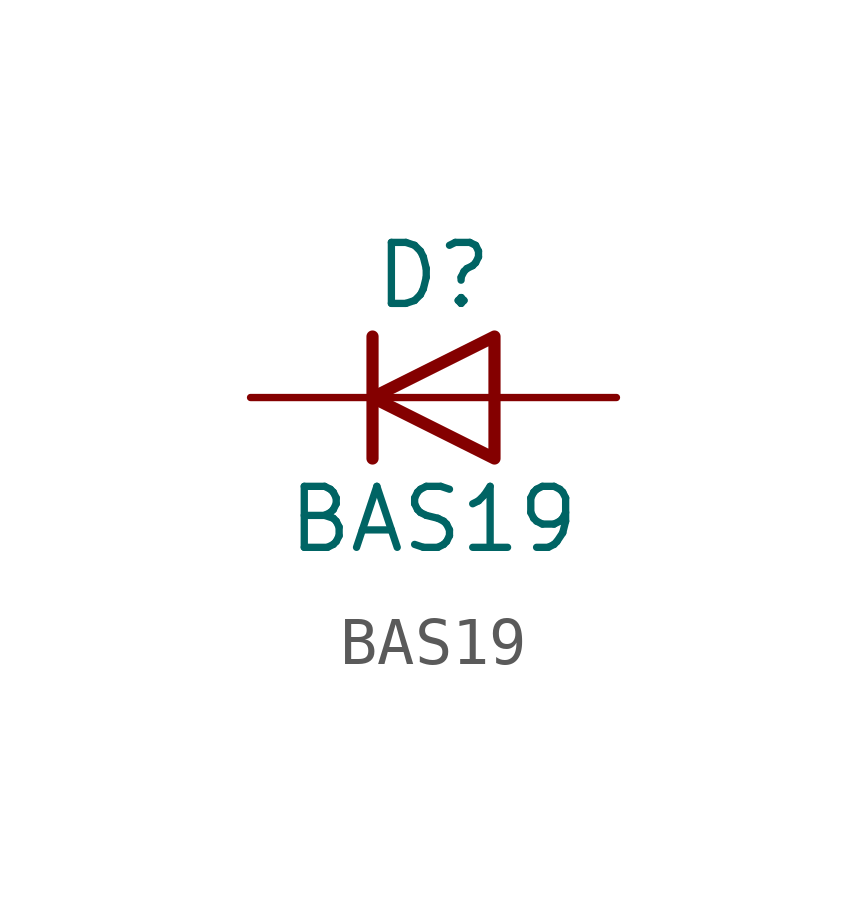
<source format=kicad_sym>
(kicad_symbol_lib
  (version 20241209)
  (generator "kicad_symbol_editor")
  (generator_version "9.0")
  (symbol "BAS19"
    (pin_numbers
      (hide yes))
    (pin_names
      (hide yes))
    (property "Reference" "D"
      (at 0 2.54 0)
      (effects (font (size 1.27 1.27))))
    (property "Value" "BAS19"
      (at 0 -2.54 0)
      (effects (font (size 1.27 1.27))))
    (symbol "BAS19_0_1"
      (polyline (pts (xy -1.27 1.27) (xy -1.27 -1.27)) (stroke (width 0.254) (type default)) (fill (type none)))
      (polyline (pts (xy 1.27 1.27) (xy 1.27 -1.27) (xy -1.27 0) (xy 1.27 1.27)) (stroke (width 0.254) (type default)) (fill (type none)))
      (polyline (pts (xy 1.27 0) (xy -1.27 0)) (stroke (width 0) (type default)) (fill (type none))))
    (symbol "BAS19_1_1"
      (pin passive line (at -3.81 0 0) (length 2.54) (name "K" (effects (font (size 1.27 1.27)))) (number "3" (effects (font (size 1.27 1.27)))))
      (pin no_connect line (at -1.27 0 0) (length 2.54) (hide yes) (name "NC" (effects (font (size 1.27 1.27)))) (number "2" (effects (font (size 1.27 1.27)))))
      (pin passive line (at 3.81 0 180) (length 2.54) (name "A" (effects (font (size 1.27 1.27)))) (number "1" (effects (font (size 1.27 1.27))))))))
</source>
